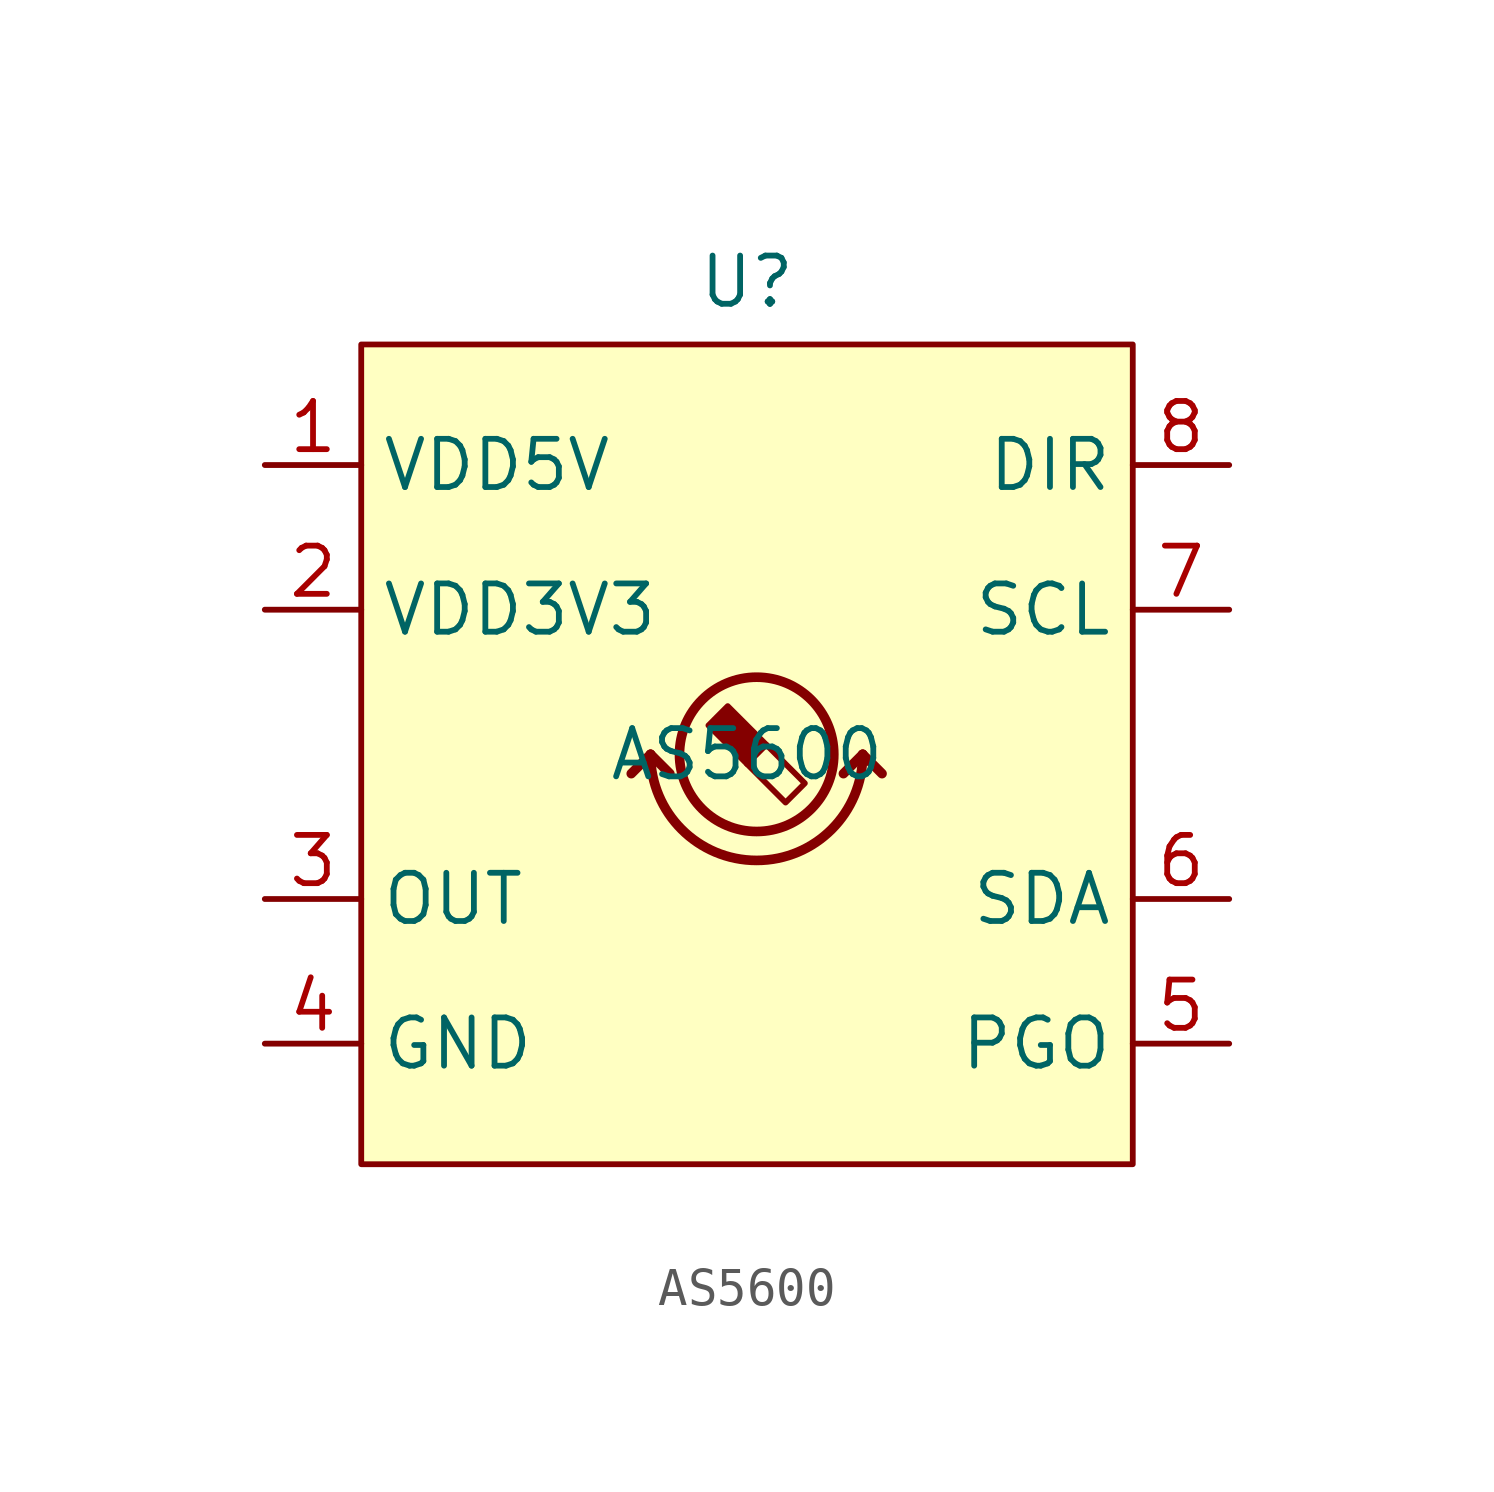
<source format=kicad_sym>
(kicad_symbol_lib
  (version 20231120)
  (generator "kicad_symbol_editor")
  (generator_version "8.0")
  (symbol "AS5600"
    (property "Reference" "U"
      (at 0 12.446 0)
      (effects (font (size 1.27 1.27))))
    (property "Value" "AS5600"
      (at 0 0 0)
      (effects (font (size 1.27 1.27))))
    (symbol "AS5600_0_1"
      (arc (start -2.54 0) (mid 0.254 -2.7819) (end 3.048 0) (stroke (width 0.254) (type default)) (fill (type none)))
      (polyline (pts (xy -2.54 0) (xy -3.048 -0.508)) (stroke (width 0.254) (type default)) (fill (type none)))
      (polyline (pts (xy -2.54 0) (xy -2.032 -0.508)) (stroke (width 0.254) (type default)) (fill (type none)))
      (polyline (pts (xy 3.048 0) (xy 2.54 -0.508)) (stroke (width 0.254) (type default)) (fill (type none)))
      (polyline (pts (xy 3.048 0) (xy 3.556 -0.508)) (stroke (width 0.254) (type default)) (fill (type none))))
    (symbol "AS5600_1_1"
      (rectangle (start -10.16 10.795) (end 10.16 -10.795) (stroke (width 0) (type default)) (fill (type background)))
      (polyline (pts (xy 0.508 0.254) (xy 1.524 -0.762) (xy 1.016 -1.27) (xy 0 -0.254)) (stroke (width 0) (type default)) (fill (type none)))
      (polyline (pts (xy -0.508 1.27) (xy 0.508 0.254) (xy 0 -0.254) (xy -1.016 0.762) (xy -0.762 1.016) (xy -0.508 1.27) (xy -0.381 1.143)) (stroke (width 0) (type default)) (fill (type outline)))
      (circle (center 0.254 0) (radius 2.032) (stroke (width 0.254) (type default)) (fill (type none)))
      (pin bidirectional line (at -12.7 7.62 0) (length 2.54) (name "VDD5V" (effects (font (size 1.27 1.27)))) (number "1" (effects (font (size 1.27 1.27)))))
      (pin bidirectional line (at -12.7 3.81 0) (length 2.54) (name "VDD3V3" (effects (font (size 1.27 1.27)))) (number "2" (effects (font (size 1.27 1.27)))))
      (pin output line (at -12.7 -3.81 0) (length 2.54) (name "OUT" (effects (font (size 1.27 1.27)))) (number "3" (effects (font (size 1.27 1.27)))))
      (pin power_in line (at -12.7 -7.62 0) (length 2.54) (name "GND" (effects (font (size 1.27 1.27)))) (number "4" (effects (font (size 1.27 1.27)))))
      (pin bidirectional line (at 12.7 -7.62 180) (length 2.54) (name "PGO" (effects (font (size 1.27 1.27)))) (number "5" (effects (font (size 1.27 1.27)))))
      (pin bidirectional line (at 12.7 -3.81 180) (length 2.54) (name "SDA" (effects (font (size 1.27 1.27)))) (number "6" (effects (font (size 1.27 1.27)))) (alternate "DO" output line) (alternate "SDA" bidirectional line))
      (pin bidirectional line (at 12.7 3.81 180) (length 2.54) (name "SCL" (effects (font (size 1.27 1.27)))) (number "7" (effects (font (size 1.27 1.27)))) (alternate "CLK" input line) (alternate "SCL" input line))
      (pin bidirectional line (at 12.7 7.62 180) (length 2.54) (name "DIR" (effects (font (size 1.27 1.27)))) (number "8" (effects (font (size 1.27 1.27)))) (alternate "~{CS}" input line)))))
</source>
